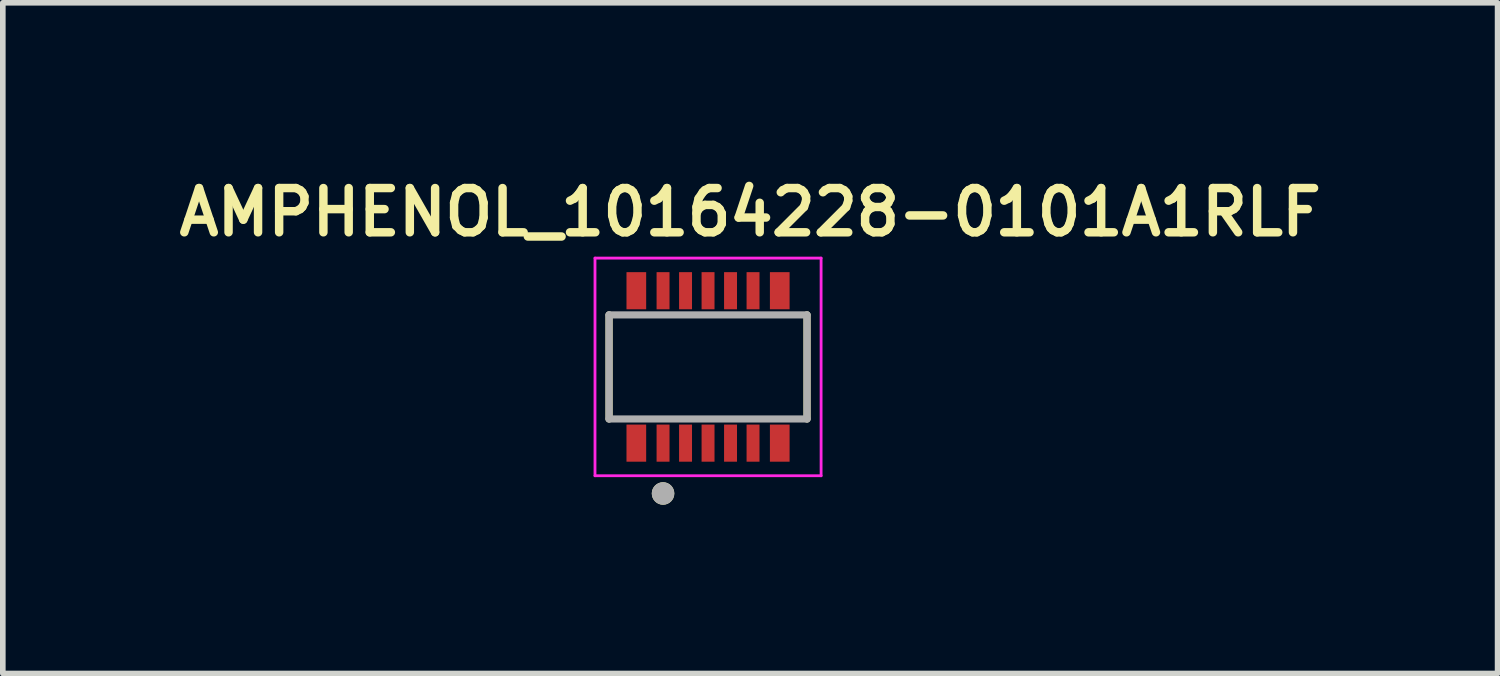
<source format=kicad_pcb>
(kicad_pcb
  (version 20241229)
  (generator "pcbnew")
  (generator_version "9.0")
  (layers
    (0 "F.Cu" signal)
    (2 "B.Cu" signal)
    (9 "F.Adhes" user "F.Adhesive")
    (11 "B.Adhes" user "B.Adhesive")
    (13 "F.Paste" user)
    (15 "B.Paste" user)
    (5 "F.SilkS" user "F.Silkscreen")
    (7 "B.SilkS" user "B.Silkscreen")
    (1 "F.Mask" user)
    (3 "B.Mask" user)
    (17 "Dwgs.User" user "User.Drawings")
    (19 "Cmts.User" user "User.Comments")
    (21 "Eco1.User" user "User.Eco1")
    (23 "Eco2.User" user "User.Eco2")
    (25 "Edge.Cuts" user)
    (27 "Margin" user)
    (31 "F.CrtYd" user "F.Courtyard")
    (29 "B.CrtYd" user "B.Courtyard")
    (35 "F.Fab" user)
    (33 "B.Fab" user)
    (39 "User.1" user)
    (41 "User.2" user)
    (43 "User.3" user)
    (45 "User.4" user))
  (footprint "AMPHENOL_10164228-0101A1RLF"
    (layer "F.Cu")
    (at 9.539 3.474)
    (property "Reference" "AMPHENOL_10164228-0101A1RLF" (at 0.75 -2.75 0) (layer "F.SilkS") (effects (font (size 0.787 0.787) (thickness 0.15))))
    (attr smd)
    (fp_poly (pts (xy -1.5 -1.735) (xy -1.05 -1.735) (xy -1.05 -0.975) (xy -1.5 -0.975)) (stroke (width 0.01) (type solid)) (fill yes) (layer "F.Mask"))
    (fp_poly (pts (xy -1.5 0.975) (xy -1.05 0.975) (xy -1.05 1.735) (xy -1.5 1.735)) (stroke (width 0.01) (type solid)) (fill yes) (layer "F.Mask"))
    (fp_poly (pts (xy -0.965 -1.735) (xy -0.635 -1.735) (xy -0.635 -0.975) (xy -0.965 -0.975)) (stroke (width 0.01) (type solid)) (fill yes) (layer "F.Mask"))
    (fp_poly (pts (xy -0.965 0.975) (xy -0.635 0.975) (xy -0.635 1.735) (xy -0.965 1.735)) (stroke (width 0.01) (type solid)) (fill yes) (layer "F.Mask"))
    (fp_poly (pts (xy -0.565 -1.735) (xy -0.235 -1.735) (xy -0.235 -0.975) (xy -0.565 -0.975)) (stroke (width 0.01) (type solid)) (fill yes) (layer "F.Mask"))
    (fp_poly (pts (xy -0.565 0.975) (xy -0.235 0.975) (xy -0.235 1.735) (xy -0.565 1.735)) (stroke (width 0.01) (type solid)) (fill yes) (layer "F.Mask"))
    (fp_poly (pts (xy -0.165 -1.735) (xy 0.165 -1.735) (xy 0.165 -0.975) (xy -0.165 -0.975)) (stroke (width 0.01) (type solid)) (fill yes) (layer "F.Mask"))
    (fp_poly (pts (xy -0.165 0.975) (xy 0.165 0.975) (xy 0.165 1.735) (xy -0.165 1.735)) (stroke (width 0.01) (type solid)) (fill yes) (layer "F.Mask"))
    (fp_poly (pts (xy 0.235 -1.735) (xy 0.565 -1.735) (xy 0.565 -0.975) (xy 0.235 -0.975)) (stroke (width 0.01) (type solid)) (fill yes) (layer "F.Mask"))
    (fp_poly (pts (xy 0.235 0.975) (xy 0.565 0.975) (xy 0.565 1.735) (xy 0.235 1.735)) (stroke (width 0.01) (type solid)) (fill yes) (layer "F.Mask"))
    (fp_poly (pts (xy 0.635 -1.735) (xy 0.965 -1.735) (xy 0.965 -0.975) (xy 0.635 -0.975)) (stroke (width 0.01) (type solid)) (fill yes) (layer "F.Mask"))
    (fp_poly (pts (xy 0.635 0.975) (xy 0.965 0.975) (xy 0.965 1.735) (xy 0.635 1.735)) (stroke (width 0.01) (type solid)) (fill yes) (layer "F.Mask"))
    (fp_poly (pts (xy 1.05 -1.735) (xy 1.5 -1.735) (xy 1.5 -0.975) (xy 1.05 -0.975)) (stroke (width 0.01) (type solid)) (fill yes) (layer "F.Mask"))
    (fp_poly (pts (xy 1.05 0.975) (xy 1.5 0.975) (xy 1.5 1.735) (xy 1.05 1.735)) (stroke (width 0.01) (type solid)) (fill yes) (layer "F.Mask"))
    (fp_line (start -1.76 -0.925) (end -1.76 0.925) (stroke (width 0.127) (type solid)) (layer "F.SilkS"))
    (fp_line (start 1.76 0.925) (end 1.76 -0.925) (stroke (width 0.127) (type solid)) (layer "F.SilkS"))
    (fp_circle (center -0.8 2.25) (end -0.7 2.25) (stroke (width 0.2) (type solid)) (fill no) (layer "F.SilkS"))
    (fp_poly (pts (xy -1.431 -1.65) (xy -1.119 -1.65) (xy -1.119 -1.06) (xy -1.431 -1.06)) (stroke (width 0.01) (type solid)) (fill yes) (layer "F.Paste"))
    (fp_poly (pts (xy -1.431 1.06) (xy -1.119 1.06) (xy -1.119 1.65) (xy -1.431 1.65)) (stroke (width 0.01) (type solid)) (fill yes) (layer "F.Paste"))
    (fp_poly (pts (xy -0.903 -1.65) (xy -0.697 -1.65) (xy -0.697 -1.06) (xy -0.903 -1.06)) (stroke (width 0.01) (type solid)) (fill yes) (layer "F.Paste"))
    (fp_poly (pts (xy -0.903 1.06) (xy -0.697 1.06) (xy -0.697 1.65) (xy -0.903 1.65)) (stroke (width 0.01) (type solid)) (fill yes) (layer "F.Paste"))
    (fp_poly (pts (xy -0.503 -1.65) (xy -0.297 -1.65) (xy -0.297 -1.06) (xy -0.503 -1.06)) (stroke (width 0.01) (type solid)) (fill yes) (layer "F.Paste"))
    (fp_poly (pts (xy -0.503 1.06) (xy -0.297 1.06) (xy -0.297 1.65) (xy -0.503 1.65)) (stroke (width 0.01) (type solid)) (fill yes) (layer "F.Paste"))
    (fp_poly (pts (xy -0.103 -1.65) (xy 0.103 -1.65) (xy 0.103 -1.06) (xy -0.103 -1.06)) (stroke (width 0.01) (type solid)) (fill yes) (layer "F.Paste"))
    (fp_poly (pts (xy -0.103 1.06) (xy 0.103 1.06) (xy 0.103 1.65) (xy -0.103 1.65)) (stroke (width 0.01) (type solid)) (fill yes) (layer "F.Paste"))
    (fp_poly (pts (xy 0.297 -1.65) (xy 0.503 -1.65) (xy 0.503 -1.06) (xy 0.297 -1.06)) (stroke (width 0.01) (type solid)) (fill yes) (layer "F.Paste"))
    (fp_poly (pts (xy 0.297 1.06) (xy 0.503 1.06) (xy 0.503 1.65) (xy 0.297 1.65)) (stroke (width 0.01) (type solid)) (fill yes) (layer "F.Paste"))
    (fp_poly (pts (xy 0.697 -1.65) (xy 0.903 -1.65) (xy 0.903 -1.06) (xy 0.697 -1.06)) (stroke (width 0.01) (type solid)) (fill yes) (layer "F.Paste"))
    (fp_poly (pts (xy 0.697 1.06) (xy 0.903 1.06) (xy 0.903 1.65) (xy 0.697 1.65)) (stroke (width 0.01) (type solid)) (fill yes) (layer "F.Paste"))
    (fp_poly (pts (xy 1.119 -1.65) (xy 1.431 -1.65) (xy 1.431 -1.06) (xy 1.119 -1.06)) (stroke (width 0.01) (type solid)) (fill yes) (layer "F.Paste"))
    (fp_poly (pts (xy 1.119 1.06) (xy 1.431 1.06) (xy 1.431 1.65) (xy 1.119 1.65)) (stroke (width 0.01) (type solid)) (fill yes) (layer "F.Paste"))
    (fp_line (start -2.01 -1.935) (end -2.01 1.935) (stroke (width 0.05) (type solid)) (layer "F.CrtYd"))
    (fp_line (start -2.01 1.935) (end 2.01 1.935) (stroke (width 0.05) (type solid)) (layer "F.CrtYd"))
    (fp_line (start 2.01 -1.935) (end -2.01 -1.935) (stroke (width 0.05) (type solid)) (layer "F.CrtYd"))
    (fp_line (start 2.01 1.935) (end 2.01 -1.935) (stroke (width 0.05) (type solid)) (layer "F.CrtYd"))
    (fp_line (start -1.76 -0.925) (end -1.76 0.925) (stroke (width 0.127) (type solid)) (layer "F.Fab"))
    (fp_line (start -1.76 0.925) (end 1.76 0.925) (stroke (width 0.127) (type solid)) (layer "F.Fab"))
    (fp_line (start 1.76 -0.925) (end -1.76 -0.925) (stroke (width 0.127) (type solid)) (layer "F.Fab"))
    (fp_line (start 1.76 0.925) (end 1.76 -0.925) (stroke (width 0.127) (type solid)) (layer "F.Fab"))
    (fp_circle (center -0.8 2.25) (end -0.7 2.25) (stroke (width 0.2) (type solid)) (fill no) (layer "F.Fab"))
    (pad "1" smd rect (at -0.8 1.355) (size 0.23 0.66) (layers "F.Cu"))
    (pad "2" smd rect (at -0.8 -1.355) (size 0.23 0.66) (layers "F.Cu"))
    (pad "3" smd rect (at -0.4 1.355) (size 0.23 0.66) (layers "F.Cu"))
    (pad "4" smd rect (at -0.4 -1.355) (size 0.23 0.66) (layers "F.Cu"))
    (pad "5" smd rect (at 0 1.355) (size 0.23 0.66) (layers "F.Cu"))
    (pad "6" smd rect (at 0 -1.355) (size 0.23 0.66) (layers "F.Cu"))
    (pad "7" smd rect (at 0.4 1.355) (size 0.23 0.66) (layers "F.Cu"))
    (pad "8" smd rect (at 0.4 -1.355) (size 0.23 0.66) (layers "F.Cu"))
    (pad "9" smd rect (at 0.8 1.355) (size 0.23 0.66) (layers "F.Cu"))
    (pad "10" smd rect (at 0.8 -1.355) (size 0.23 0.66) (layers "F.Cu"))
    (pad "SH1" smd rect (at -1.275 1.355) (size 0.35 0.66) (layers "F.Cu"))
    (pad "SH2" smd rect (at -1.275 -1.355) (size 0.35 0.66) (layers "F.Cu"))
    (pad "SH3" smd rect (at 1.275 1.355) (size 0.35 0.66) (layers "F.Cu"))
    (pad "SH4" smd rect (at 1.275 -1.355) (size 0.35 0.66) (layers "F.Cu")))
  (gr_rect
    (start -3 -3)
    (end 23.577 8.924)
    (stroke (width 0.1) (type default))
    (fill no)
    (layer "Edge.Cuts")))
</source>
